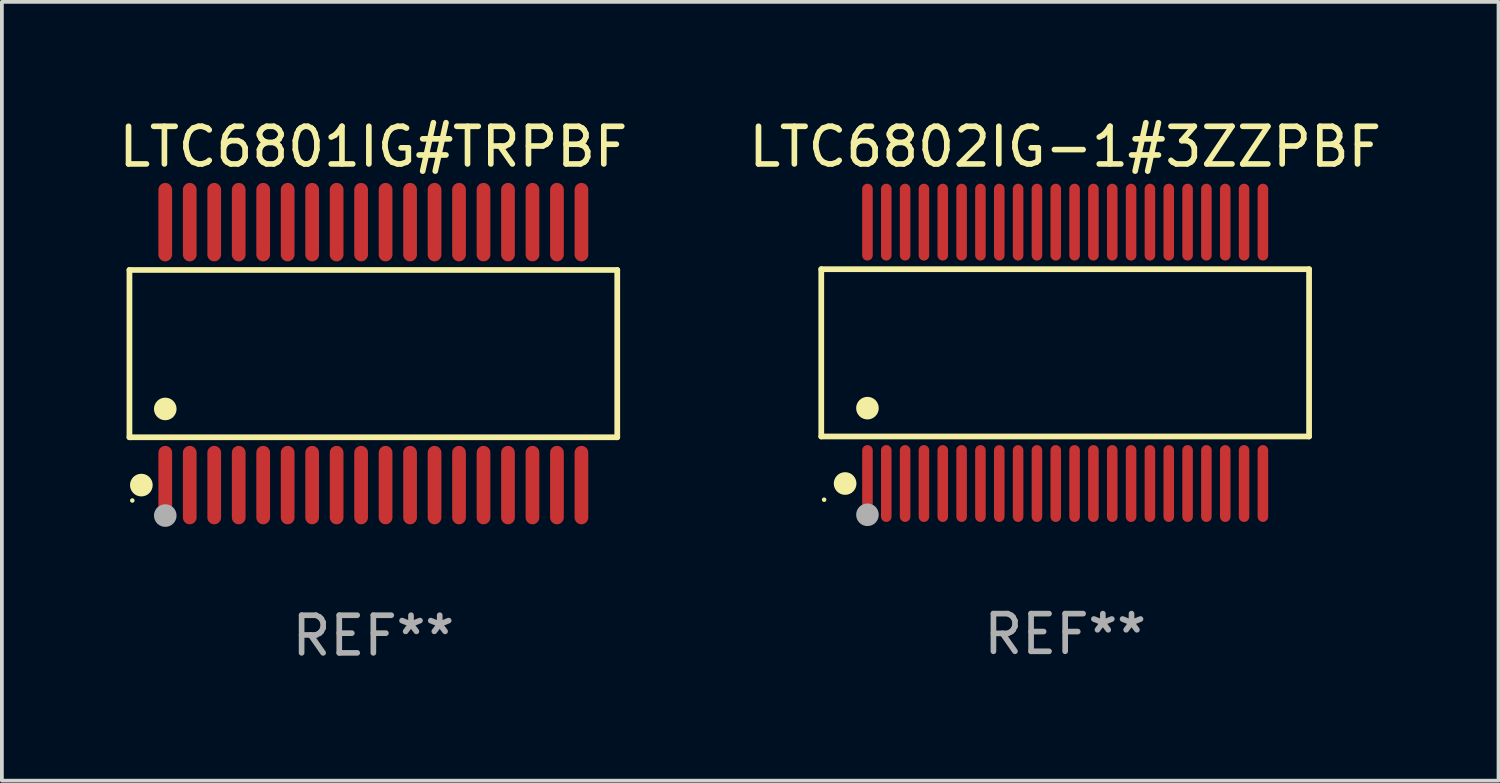
<source format=kicad_pcb>
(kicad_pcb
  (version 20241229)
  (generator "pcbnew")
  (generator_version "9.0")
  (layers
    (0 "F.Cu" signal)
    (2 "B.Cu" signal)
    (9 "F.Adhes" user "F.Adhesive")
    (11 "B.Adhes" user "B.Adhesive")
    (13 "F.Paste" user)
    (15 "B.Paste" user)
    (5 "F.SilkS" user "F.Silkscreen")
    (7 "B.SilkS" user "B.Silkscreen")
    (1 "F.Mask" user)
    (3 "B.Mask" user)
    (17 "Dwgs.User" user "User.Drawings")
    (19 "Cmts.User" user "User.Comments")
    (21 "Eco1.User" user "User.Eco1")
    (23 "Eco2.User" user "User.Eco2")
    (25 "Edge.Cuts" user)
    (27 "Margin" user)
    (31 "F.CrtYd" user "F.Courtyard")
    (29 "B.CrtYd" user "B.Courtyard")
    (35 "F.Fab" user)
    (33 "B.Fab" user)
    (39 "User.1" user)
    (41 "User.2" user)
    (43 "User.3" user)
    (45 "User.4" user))
  (footprint "LTC6801IG#TRPBF"
    (layer "F.Cu")
    (at 6.863 6.339)
    (property "Reference" "LTC6801IG#TRPBF" (at 0 -5.491 0) (layer "F.SilkS") (effects (font (size 1 1) (thickness 0.15))))
    (attr through_hole)
    (fp_line (start -6.476 -2.221) (end 6.476 -2.221) (stroke (width 0.152) (type solid)) (layer "F.SilkS"))
    (fp_line (start -6.476 2.221) (end -6.476 -2.221) (stroke (width 0.152) (type solid)) (layer "F.SilkS"))
    (fp_line (start 6.476 -2.221) (end 6.476 2.221) (stroke (width 0.152) (type solid)) (layer "F.SilkS"))
    (fp_line (start 6.476 2.221) (end -6.476 2.221) (stroke (width 0.152) (type solid)) (layer "F.SilkS"))
    (fp_circle (center -6.4 3.9) (end -6.37 3.9) (stroke (width 0.06) (type solid)) (fill no) (layer "F.SilkS"))
    (fp_circle (center -6.16 3.491) (end -6.009 3.491) (stroke (width 0.3) (type solid)) (fill no) (layer "F.SilkS"))
    (fp_circle (center -5.525 1.469) (end -5.375 1.469) (stroke (width 0.3) (type solid)) (fill no) (layer "F.SilkS"))
    (fp_circle (center -5.525 4.3) (end -5.375 4.3) (stroke (width 0.3) (type solid)) (fill no) (layer "F.Fab"))
    (fp_text user "REF**" (at 0 7.491 0) (layer "F.Fab") (effects (font (size 1 1) (thickness 0.15))))
    (pad "1" smd oval (at -5.525 3.491) (size 0.364 2.082) (layers "F.Cu" "F.Mask" "F.Paste"))
    (pad "2" smd oval (at -4.875 3.491) (size 0.364 2.082) (layers "F.Cu" "F.Mask" "F.Paste"))
    (pad "3" smd oval (at -4.225 3.491) (size 0.364 2.082) (layers "F.Cu" "F.Mask" "F.Paste"))
    (pad "4" smd oval (at -3.575 3.491) (size 0.364 2.082) (layers "F.Cu" "F.Mask" "F.Paste"))
    (pad "5" smd oval (at -2.925 3.491) (size 0.364 2.082) (layers "F.Cu" "F.Mask" "F.Paste"))
    (pad "6" smd oval (at -2.275 3.491) (size 0.364 2.082) (layers "F.Cu" "F.Mask" "F.Paste"))
    (pad "7" smd oval (at -1.625 3.491) (size 0.364 2.082) (layers "F.Cu" "F.Mask" "F.Paste"))
    (pad "8" smd oval (at -0.975 3.491) (size 0.364 2.082) (layers "F.Cu" "F.Mask" "F.Paste"))
    (pad "9" smd oval (at -0.325 3.491) (size 0.364 2.082) (layers "F.Cu" "F.Mask" "F.Paste"))
    (pad "10" smd oval (at 0.325 3.491) (size 0.364 2.082) (layers "F.Cu" "F.Mask" "F.Paste"))
    (pad "11" smd oval (at 0.975 3.491) (size 0.364 2.082) (layers "F.Cu" "F.Mask" "F.Paste"))
    (pad "12" smd oval (at 1.625 3.491) (size 0.364 2.082) (layers "F.Cu" "F.Mask" "F.Paste"))
    (pad "13" smd oval (at 2.275 3.491) (size 0.364 2.082) (layers "F.Cu" "F.Mask" "F.Paste"))
    (pad "14" smd oval (at 2.925 3.491) (size 0.364 2.082) (layers "F.Cu" "F.Mask" "F.Paste"))
    (pad "15" smd oval (at 3.575 3.491) (size 0.364 2.082) (layers "F.Cu" "F.Mask" "F.Paste"))
    (pad "16" smd oval (at 4.225 3.491) (size 0.364 2.082) (layers "F.Cu" "F.Mask" "F.Paste"))
    (pad "17" smd oval (at 4.875 3.491) (size 0.364 2.082) (layers "F.Cu" "F.Mask" "F.Paste"))
    (pad "18" smd oval (at 5.525 3.491) (size 0.364 2.082) (layers "F.Cu" "F.Mask" "F.Paste"))
    (pad "19" smd oval (at 5.525 -3.491) (size 0.364 2.082) (layers "F.Cu" "F.Mask" "F.Paste"))
    (pad "20" smd oval (at 4.875 -3.491) (size 0.364 2.082) (layers "F.Cu" "F.Mask" "F.Paste"))
    (pad "21" smd oval (at 4.225 -3.491) (size 0.364 2.082) (layers "F.Cu" "F.Mask" "F.Paste"))
    (pad "22" smd oval (at 3.575 -3.491) (size 0.364 2.082) (layers "F.Cu" "F.Mask" "F.Paste"))
    (pad "23" smd oval (at 2.925 -3.491) (size 0.364 2.082) (layers "F.Cu" "F.Mask" "F.Paste"))
    (pad "24" smd oval (at 2.275 -3.491) (size 0.364 2.082) (layers "F.Cu" "F.Mask" "F.Paste"))
    (pad "25" smd oval (at 1.625 -3.491) (size 0.364 2.082) (layers "F.Cu" "F.Mask" "F.Paste"))
    (pad "26" smd oval (at 0.975 -3.491) (size 0.364 2.082) (layers "F.Cu" "F.Mask" "F.Paste"))
    (pad "27" smd oval (at 0.325 -3.491) (size 0.364 2.082) (layers "F.Cu" "F.Mask" "F.Paste"))
    (pad "28" smd oval (at -0.325 -3.491) (size 0.364 2.082) (layers "F.Cu" "F.Mask" "F.Paste"))
    (pad "29" smd oval (at -0.975 -3.491) (size 0.364 2.082) (layers "F.Cu" "F.Mask" "F.Paste"))
    (pad "30" smd oval (at -1.625 -3.491) (size 0.364 2.082) (layers "F.Cu" "F.Mask" "F.Paste"))
    (pad "31" smd oval (at -2.275 -3.491) (size 0.364 2.082) (layers "F.Cu" "F.Mask" "F.Paste"))
    (pad "32" smd oval (at -2.925 -3.491) (size 0.364 2.082) (layers "F.Cu" "F.Mask" "F.Paste"))
    (pad "33" smd oval (at -3.575 -3.491) (size 0.364 2.082) (layers "F.Cu" "F.Mask" "F.Paste"))
    (pad "34" smd oval (at -4.225 -3.491) (size 0.364 2.082) (layers "F.Cu" "F.Mask" "F.Paste"))
    (pad "35" smd oval (at -4.875 -3.491) (size 0.364 2.082) (layers "F.Cu" "F.Mask" "F.Paste"))
    (pad "36" smd oval (at -5.525 -3.491) (size 0.364 2.082) (layers "F.Cu" "F.Mask" "F.Paste")))
  (footprint "LTC6802IG-1#3ZZPBF"
    (layer "F.Cu")
    (at 25.232 6.318)
    (property "Reference" "LTC6802IG-1#3ZZPBF" (at 0 -5.47 0) (layer "F.SilkS") (effects (font (size 1 1) (thickness 0.15))))
    (attr through_hole)
    (fp_line (start -6.476 -2.221) (end 6.476 -2.221) (stroke (width 0.152) (type solid)) (layer "F.SilkS"))
    (fp_line (start -6.476 2.221) (end -6.476 -2.221) (stroke (width 0.152) (type solid)) (layer "F.SilkS"))
    (fp_line (start 6.476 -2.221) (end 6.476 2.221) (stroke (width 0.152) (type solid)) (layer "F.SilkS"))
    (fp_line (start 6.476 2.221) (end -6.476 2.221) (stroke (width 0.152) (type solid)) (layer "F.SilkS"))
    (fp_circle (center -6.4 3.9) (end -6.37 3.9) (stroke (width 0.06) (type solid)) (fill no) (layer "F.SilkS"))
    (fp_circle (center -5.843 3.47) (end -5.692 3.47) (stroke (width 0.3) (type solid)) (fill no) (layer "F.SilkS"))
    (fp_circle (center -5.25 1.469) (end -5.1 1.469) (stroke (width 0.3) (type solid)) (fill no) (layer "F.SilkS"))
    (fp_circle (center -5.25 4.3) (end -5.1 4.3) (stroke (width 0.3) (type solid)) (fill no) (layer "F.Fab"))
    (fp_text user "REF**" (at 0 7.47 0) (layer "F.Fab") (effects (font (size 1 1) (thickness 0.15))))
    (pad "1" smd oval (at -5.25 3.47) (size 0.28 2.04) (layers "F.Cu" "F.Mask" "F.Paste"))
    (pad "2" smd oval (at -4.75 3.47) (size 0.28 2.04) (layers "F.Cu" "F.Mask" "F.Paste"))
    (pad "3" smd oval (at -4.25 3.47) (size 0.28 2.04) (layers "F.Cu" "F.Mask" "F.Paste"))
    (pad "4" smd oval (at -3.75 3.47) (size 0.28 2.04) (layers "F.Cu" "F.Mask" "F.Paste"))
    (pad "5" smd oval (at -3.25 3.47) (size 0.28 2.04) (layers "F.Cu" "F.Mask" "F.Paste"))
    (pad "6" smd oval (at -2.75 3.47) (size 0.28 2.04) (layers "F.Cu" "F.Mask" "F.Paste"))
    (pad "7" smd oval (at -2.25 3.47) (size 0.28 2.04) (layers "F.Cu" "F.Mask" "F.Paste"))
    (pad "8" smd oval (at -1.75 3.47) (size 0.28 2.04) (layers "F.Cu" "F.Mask" "F.Paste"))
    (pad "9" smd oval (at -1.25 3.47) (size 0.28 2.04) (layers "F.Cu" "F.Mask" "F.Paste"))
    (pad "10" smd oval (at -0.75 3.47) (size 0.28 2.04) (layers "F.Cu" "F.Mask" "F.Paste"))
    (pad "11" smd oval (at -0.25 3.47) (size 0.28 2.04) (layers "F.Cu" "F.Mask" "F.Paste"))
    (pad "12" smd oval (at 0.25 3.47) (size 0.28 2.04) (layers "F.Cu" "F.Mask" "F.Paste"))
    (pad "13" smd oval (at 0.75 3.47) (size 0.28 2.04) (layers "F.Cu" "F.Mask" "F.Paste"))
    (pad "14" smd oval (at 1.25 3.47) (size 0.28 2.04) (layers "F.Cu" "F.Mask" "F.Paste"))
    (pad "15" smd oval (at 1.75 3.47) (size 0.28 2.04) (layers "F.Cu" "F.Mask" "F.Paste"))
    (pad "16" smd oval (at 2.25 3.47) (size 0.28 2.04) (layers "F.Cu" "F.Mask" "F.Paste"))
    (pad "17" smd oval (at 2.75 3.47) (size 0.28 2.04) (layers "F.Cu" "F.Mask" "F.Paste"))
    (pad "18" smd oval (at 3.25 3.47) (size 0.28 2.04) (layers "F.Cu" "F.Mask" "F.Paste"))
    (pad "19" smd oval (at 3.75 3.47) (size 0.28 2.04) (layers "F.Cu" "F.Mask" "F.Paste"))
    (pad "20" smd oval (at 4.25 3.47) (size 0.28 2.04) (layers "F.Cu" "F.Mask" "F.Paste"))
    (pad "21" smd oval (at 4.75 3.47) (size 0.28 2.04) (layers "F.Cu" "F.Mask" "F.Paste"))
    (pad "22" smd oval (at 5.25 3.47) (size 0.28 2.04) (layers "F.Cu" "F.Mask" "F.Paste"))
    (pad "23" smd oval (at 5.25 -3.47) (size 0.28 2.04) (layers "F.Cu" "F.Mask" "F.Paste"))
    (pad "24" smd oval (at 4.75 -3.47) (size 0.28 2.04) (layers "F.Cu" "F.Mask" "F.Paste"))
    (pad "25" smd oval (at 4.25 -3.47) (size 0.28 2.04) (layers "F.Cu" "F.Mask" "F.Paste"))
    (pad "26" smd oval (at 3.75 -3.47) (size 0.28 2.04) (layers "F.Cu" "F.Mask" "F.Paste"))
    (pad "27" smd oval (at 3.25 -3.47) (size 0.28 2.04) (layers "F.Cu" "F.Mask" "F.Paste"))
    (pad "28" smd oval (at 2.75 -3.47) (size 0.28 2.04) (layers "F.Cu" "F.Mask" "F.Paste"))
    (pad "29" smd oval (at 2.25 -3.47) (size 0.28 2.04) (layers "F.Cu" "F.Mask" "F.Paste"))
    (pad "30" smd oval (at 1.75 -3.47) (size 0.28 2.04) (layers "F.Cu" "F.Mask" "F.Paste"))
    (pad "31" smd oval (at 1.25 -3.47) (size 0.28 2.04) (layers "F.Cu" "F.Mask" "F.Paste"))
    (pad "32" smd oval (at 0.75 -3.47) (size 0.28 2.04) (layers "F.Cu" "F.Mask" "F.Paste"))
    (pad "33" smd oval (at 0.25 -3.47) (size 0.28 2.04) (layers "F.Cu" "F.Mask" "F.Paste"))
    (pad "34" smd oval (at -0.25 -3.47) (size 0.28 2.04) (layers "F.Cu" "F.Mask" "F.Paste"))
    (pad "35" smd oval (at -0.75 -3.47) (size 0.28 2.04) (layers "F.Cu" "F.Mask" "F.Paste"))
    (pad "36" smd oval (at -1.25 -3.47) (size 0.28 2.04) (layers "F.Cu" "F.Mask" "F.Paste"))
    (pad "37" smd oval (at -1.75 -3.47) (size 0.28 2.04) (layers "F.Cu" "F.Mask" "F.Paste"))
    (pad "38" smd oval (at -2.25 -3.47) (size 0.28 2.04) (layers "F.Cu" "F.Mask" "F.Paste"))
    (pad "39" smd oval (at -2.75 -3.47) (size 0.28 2.04) (layers "F.Cu" "F.Mask" "F.Paste"))
    (pad "40" smd oval (at -3.25 -3.47) (size 0.28 2.04) (layers "F.Cu" "F.Mask" "F.Paste"))
    (pad "41" smd oval (at -3.75 -3.47) (size 0.28 2.04) (layers "F.Cu" "F.Mask" "F.Paste"))
    (pad "42" smd oval (at -4.25 -3.47) (size 0.28 2.04) (layers "F.Cu" "F.Mask" "F.Paste"))
    (pad "43" smd oval (at -4.75 -3.47) (size 0.28 2.04) (layers "F.Cu" "F.Mask" "F.Paste"))
    (pad "44" smd oval (at -5.25 -3.47) (size 0.28 2.04) (layers "F.Cu" "F.Mask" "F.Paste")))
  (gr_rect
    (start -3 -3)
    (end 36.738 17.678)
    (stroke (width 0.1) (type default))
    (fill no)
    (layer "Edge.Cuts")))
</source>
